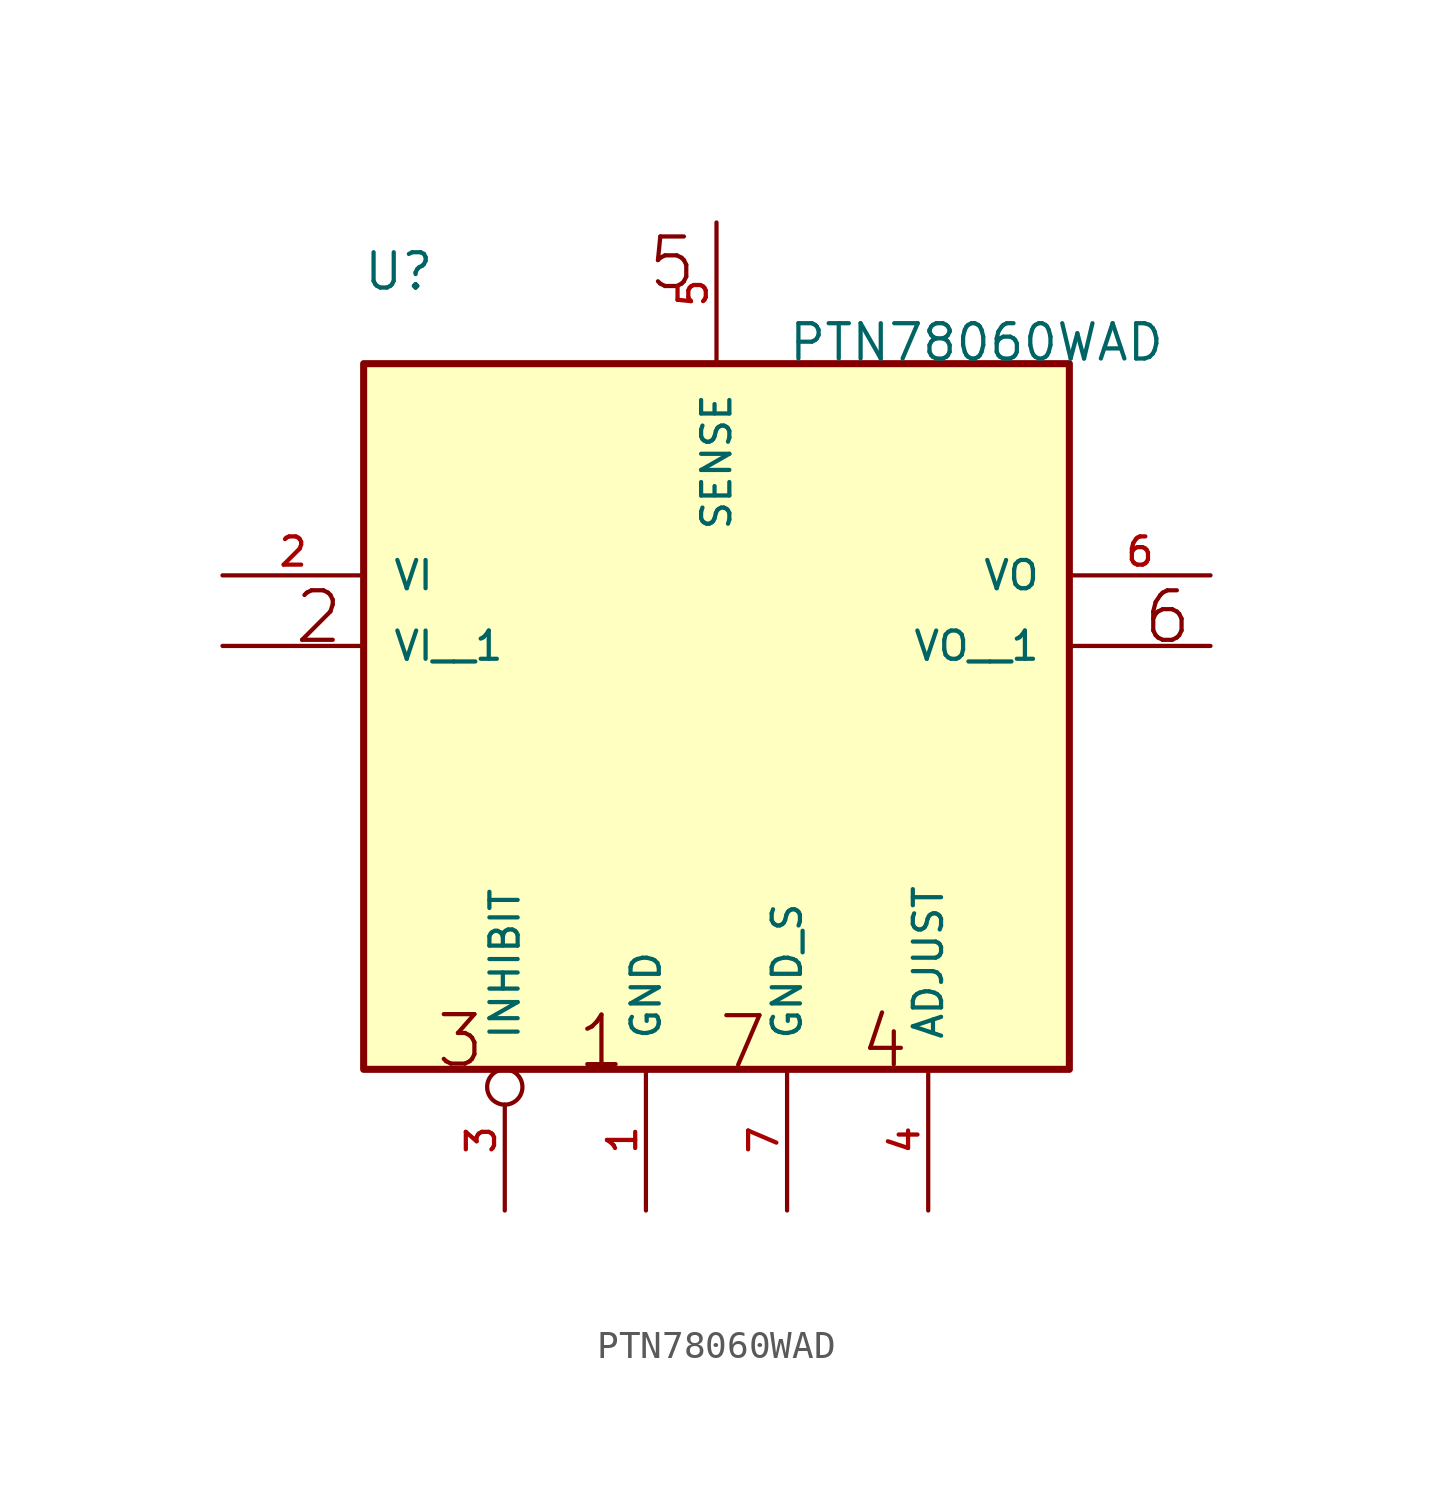
<source format=kicad_sym>
(kicad_symbol_lib
  (version 20211014)
  (generator kicad_symbol_editor)
  (symbol "PTN78060WAD"
    (pin_names
      (offset 1.016))
    (property "Reference" "U"
      (at -12.745 10.196 0)
      (effects (font (size 1.27 1.27)) (justify bottom left)))
    (property "Value" "PTN78060WAD"
      (at 2.546 7.642 0)
      (effects (font (size 1.27 1.27)) (justify bottom left)))
    (symbol "PTN78060WAD_0_0"
      (text "2" (at -15.27 -2.545 0) (effects (font (size 1.782 1.782)) (justify bottom left)))
      (text "5" (at -2.547 10.188 0) (effects (font (size 1.783 1.783)) (justify bottom left)))
      (text "6" (at 15.28 -2.547 0) (effects (font (size 1.783 1.783)) (justify bottom left)))
      (text "4" (at 5.093 -17.825 0) (effects (font (size 1.782 1.782)) (justify bottom left)))
      (text "7" (at 0.0 -17.84 0) (effects (font (size 1.784 1.784)) (justify bottom left)))
      (text "1" (at -5.09 -17.817 0) (effects (font (size 1.782 1.782)) (justify bottom left)))
      (text "3" (at -10.17 -17.798 0) (effects (font (size 1.78 1.78)) (justify bottom left)))
      (rectangle (start -12.7 -17.78) (end 12.7 7.62) (stroke (width 0.254)) (fill (type background)))
      (pin bidirectional line (at -2.54 -22.86 90.0) (length 5.08) (name "GND" (effects (font (size 1.016 1.016)))) (number "1" (effects (font (size 1.016 1.016)))))
      (pin bidirectional line (at -17.78 0.0 0) (length 5.08) (name "VI" (effects (font (size 1.016 1.016)))) (number "2" (effects (font (size 1.016 1.016)))))
      (pin bidirectional inverted (at -7.62 -22.86 90.0) (length 5.08) (name "INHIBIT" (effects (font (size 1.016 1.016)))) (number "3" (effects (font (size 1.016 1.016)))))
      (pin bidirectional line (at 7.62 -22.86 90.0) (length 5.08) (name "ADJUST" (effects (font (size 1.016 1.016)))) (number "4" (effects (font (size 1.016 1.016)))))
      (pin bidirectional line (at 0.0 12.7 270.0) (length 5.08) (name "SENSE" (effects (font (size 1.016 1.016)))) (number "5" (effects (font (size 1.016 1.016)))))
      (pin bidirectional line (at 17.78 0.0 180.0) (length 5.08) (name "VO" (effects (font (size 1.016 1.016)))) (number "6" (effects (font (size 1.016 1.016)))))
      (pin bidirectional line (at 2.54 -22.86 90.0) (length 5.08) (name "GND_S" (effects (font (size 1.016 1.016)))) (number "7" (effects (font (size 1.016 1.016)))))
      (pin bidirectional line (at -17.78 -2.54 0) (length 5.08) (name "VI__1" (effects (font (size 1.016 1.016)))) (number "~" (effects (font (size 1.016 1.016)))))
      (pin bidirectional line (at 17.78 -2.54 180.0) (length 5.08) (name "VO__1" (effects (font (size 1.016 1.016)))) (number "~" (effects (font (size 1.016 1.016))))))))
</source>
